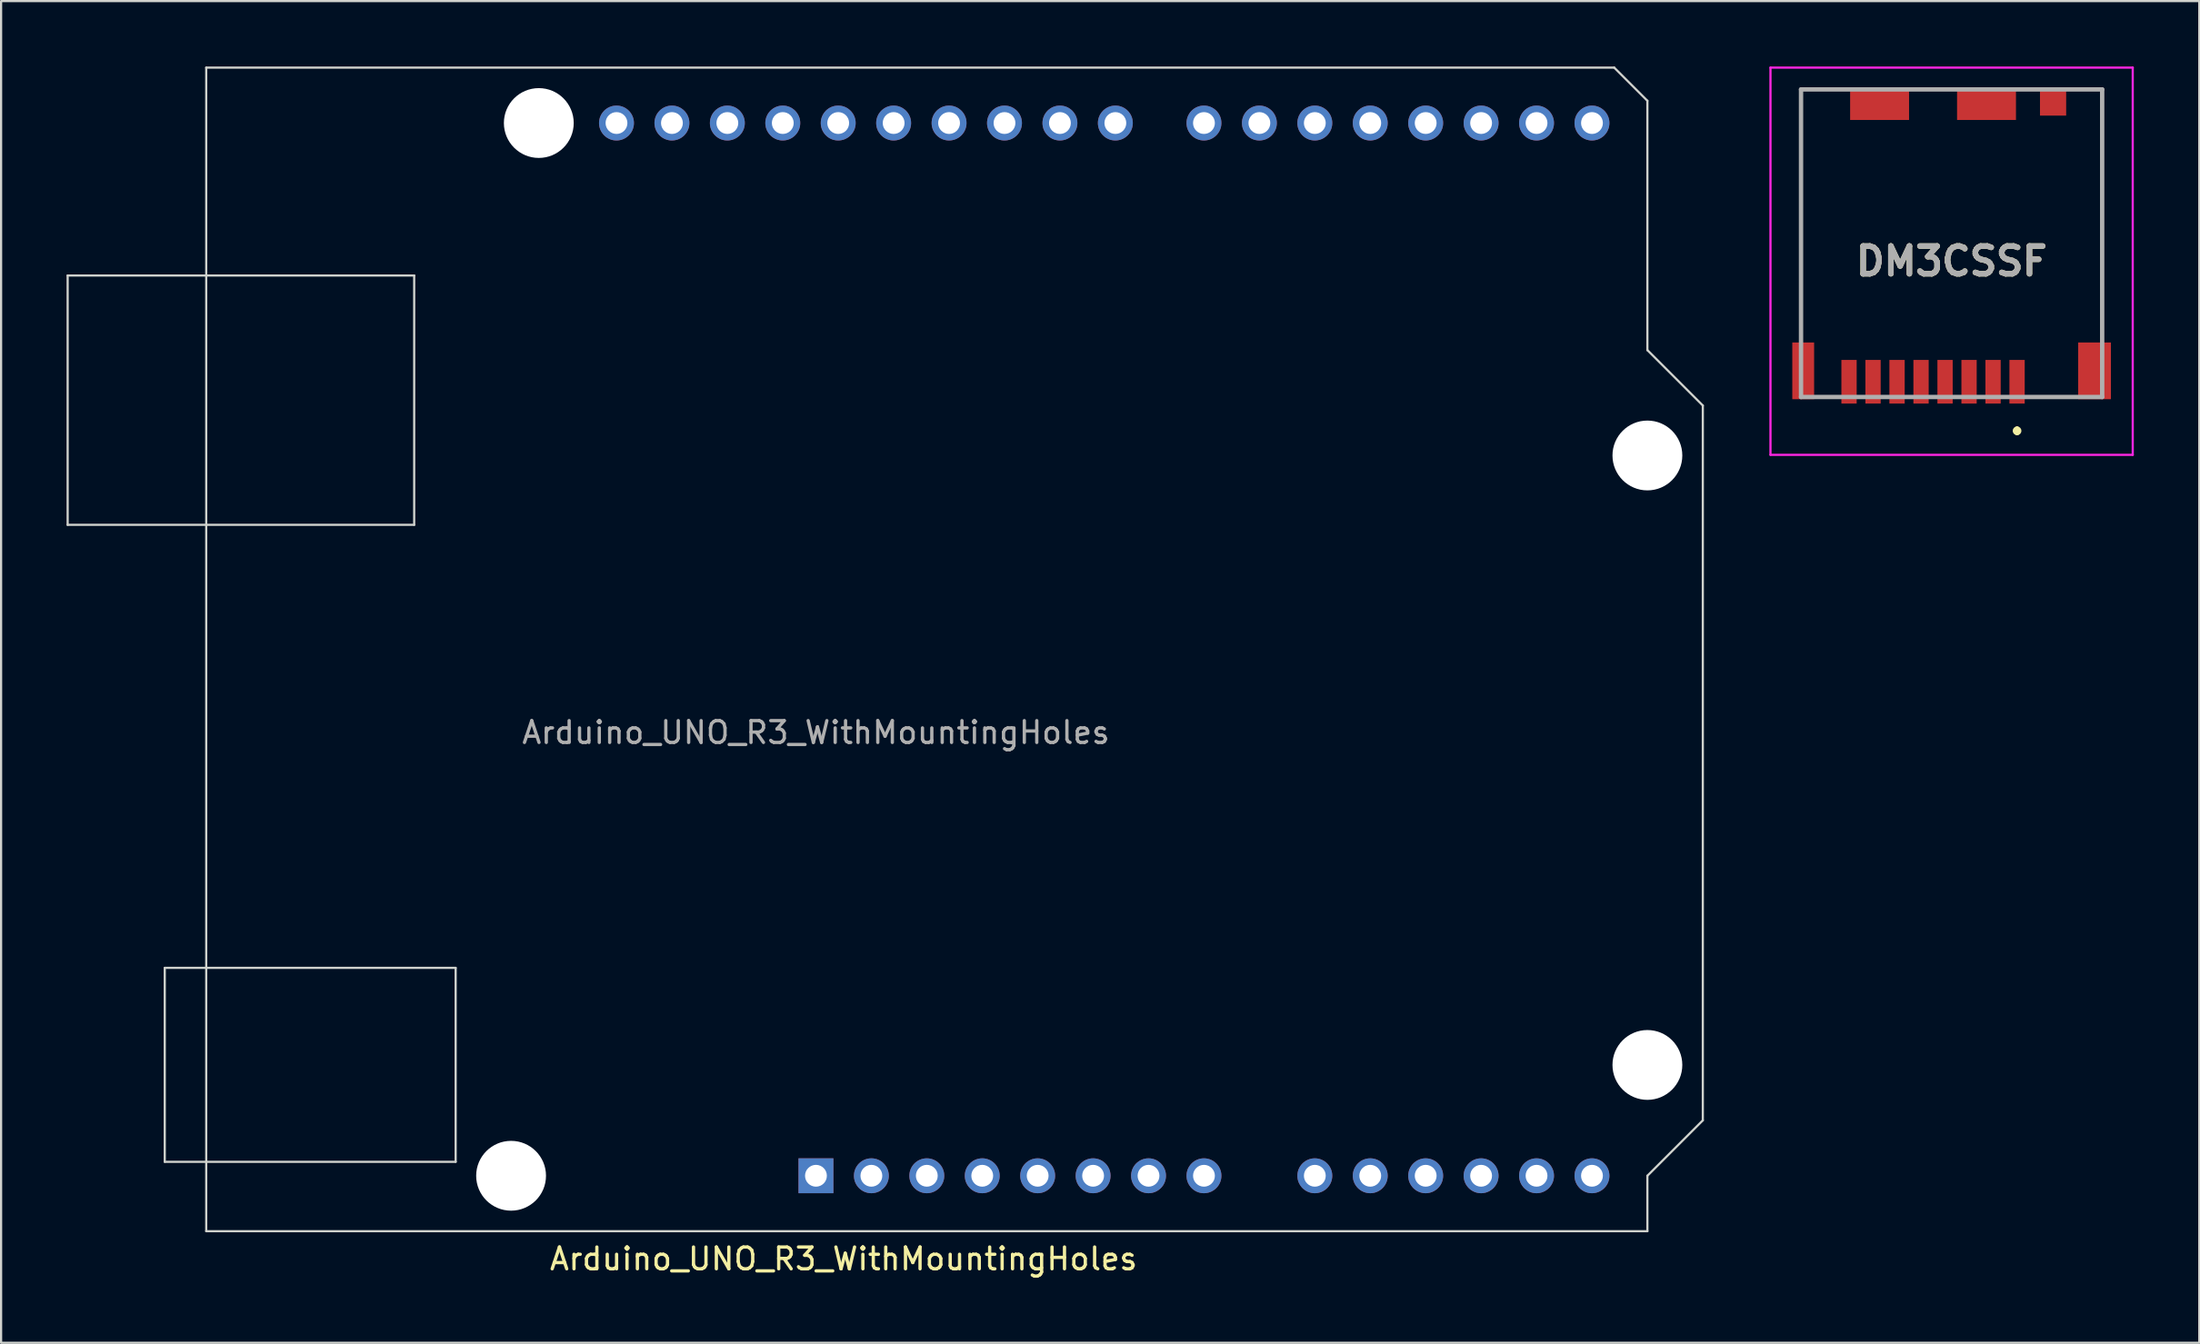
<source format=kicad_pcb>
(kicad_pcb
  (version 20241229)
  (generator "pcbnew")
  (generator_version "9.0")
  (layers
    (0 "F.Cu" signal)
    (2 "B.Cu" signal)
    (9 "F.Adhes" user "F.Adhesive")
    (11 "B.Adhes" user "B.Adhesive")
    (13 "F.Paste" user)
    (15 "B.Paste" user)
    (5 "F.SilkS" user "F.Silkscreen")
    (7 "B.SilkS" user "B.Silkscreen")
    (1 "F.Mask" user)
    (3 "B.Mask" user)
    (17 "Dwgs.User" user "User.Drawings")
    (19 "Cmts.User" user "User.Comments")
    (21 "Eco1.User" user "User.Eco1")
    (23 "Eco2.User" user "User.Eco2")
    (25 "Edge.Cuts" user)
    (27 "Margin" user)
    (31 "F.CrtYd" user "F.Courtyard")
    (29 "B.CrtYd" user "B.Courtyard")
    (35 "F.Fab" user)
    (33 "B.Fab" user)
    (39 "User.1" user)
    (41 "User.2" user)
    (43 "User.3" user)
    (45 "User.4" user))
  (footprint "DM3CSSF"
    (layer "F.Cu")
    (at 86.38 8.1)
    (property "Reference" "DM3CSSF" (at 0 0.825 0) (layer "F.SilkS") (effects (font (size 1.27 1.27) (thickness 0.254))))
    (attr smd)
    (fp_line (start -6.9 -7.05) (end -6.9 4.224) (stroke (width 0.1) (type solid)) (layer "F.SilkS"))
    (fp_line (start 3 8.5) (end 3 8.5) (stroke (width 0.2) (type solid)) (layer "F.SilkS"))
    (fp_line (start 3 8.7) (end 3 8.7) (stroke (width 0.2) (type solid)) (layer "F.SilkS"))
    (fp_line (start 6.9 -7.05) (end 6.9 4.25) (stroke (width 0.1) (type solid)) (layer "F.SilkS"))
    (fp_arc (start 3 8.5) (mid 3.1 8.6) (end 3 8.7) (stroke (width 0.2) (type solid)) (layer "F.SilkS"))
    (fp_arc (start 3 8.7) (mid 2.9 8.6) (end 3 8.5) (stroke (width 0.2) (type solid)) (layer "F.SilkS"))
    (fp_line (start -8.3 -8.05) (end 8.3 -8.05) (stroke (width 0.1) (type solid)) (layer "F.CrtYd"))
    (fp_line (start -8.3 9.7) (end -8.3 -8.05) (stroke (width 0.1) (type solid)) (layer "F.CrtYd"))
    (fp_line (start 8.3 -8.05) (end 8.3 9.7) (stroke (width 0.1) (type solid)) (layer "F.CrtYd"))
    (fp_line (start 8.3 9.7) (end -8.3 9.7) (stroke (width 0.1) (type solid)) (layer "F.CrtYd"))
    (fp_line (start -6.9 -7.05) (end 6.9 -7.05) (stroke (width 0.2) (type solid)) (layer "F.Fab"))
    (fp_line (start -6.9 7.05) (end -6.9 -7.05) (stroke (width 0.2) (type solid)) (layer "F.Fab"))
    (fp_line (start 6.9 -7.05) (end 6.9 7.05) (stroke (width 0.2) (type solid)) (layer "F.Fab"))
    (fp_line (start 6.9 7.05) (end -6.9 7.05) (stroke (width 0.2) (type solid)) (layer "F.Fab"))
    (fp_text user "${REFERENCE}" (at 0 0.825 0) (layer "F.Fab") (effects (font (size 1.27 1.27) (thickness 0.254))))
    (pad "1" smd rect (at 3 6.35) (size 0.7 2) (layers "F.Cu" "F.Mask" "F.Paste"))
    (pad "2" smd rect (at 1.9 6.35) (size 0.7 2) (layers "F.Cu" "F.Mask" "F.Paste"))
    (pad "3" smd rect (at 0.8 6.35) (size 0.7 2) (layers "F.Cu" "F.Mask" "F.Paste"))
    (pad "4" smd rect (at -0.3 6.35) (size 0.7 2) (layers "F.Cu" "F.Mask" "F.Paste"))
    (pad "5" smd rect (at -1.4 6.35) (size 0.7 2) (layers "F.Cu" "F.Mask" "F.Paste"))
    (pad "6" smd rect (at -2.5 6.35) (size 0.7 2) (layers "F.Cu" "F.Mask" "F.Paste"))
    (pad "7" smd rect (at -3.6 6.35) (size 0.7 2) (layers "F.Cu" "F.Mask" "F.Paste"))
    (pad "8" smd rect (at -4.7 6.35) (size 0.7 2) (layers "F.Cu" "F.Mask" "F.Paste"))
    (pad "9" smd rect (at 1.6 -6.35 90) (size 1.4 2.7) (layers "F.Cu" "F.Mask" "F.Paste"))
    (pad "10" smd rect (at -3.3 -6.35 90) (size 1.4 2.7) (layers "F.Cu" "F.Mask" "F.Paste"))
    (pad "11" smd rect (at -6.8 5.85) (size 1 2.6) (layers "F.Cu" "F.Mask" "F.Paste"))
    (pad "11" smd rect (at 4.65 -6.45 90) (size 1.2 1.2) (layers "F.Cu" "F.Mask" "F.Paste"))
    (pad "11" smd rect (at 6.55 5.85) (size 1.5 2.6) (layers "F.Cu" "F.Mask" "F.Paste")))
  (footprint "Arduino_UNO_R3_WithMountingHoles"
    (layer "F.Cu")
    (at 34.34 2.59)
    (property "Reference" "Arduino_UNO_R3_WithMountingHoles" (at 1.27 52.07 0) (layer "F.SilkS") (effects (font (size 1 1) (thickness 0.15))))
    (attr through_hole)
    (fp_line (start -34.29 6.99) (end -34.29 18.42) (stroke (width 0.1) (type solid)) (layer "Edge.Cuts"))
    (fp_line (start -34.29 18.42) (end -18.41 18.42) (stroke (width 0.1) (type solid)) (layer "Edge.Cuts"))
    (fp_line (start -29.84 38.73) (end -29.84 47.62) (stroke (width 0.1) (type solid)) (layer "Edge.Cuts"))
    (fp_line (start -29.84 47.62) (end -16.51 47.62) (stroke (width 0.1) (type solid)) (layer "Edge.Cuts"))
    (fp_line (start -27.94 -2.54) (end -27.94 50.8) (stroke (width 0.1) (type solid)) (layer "Edge.Cuts"))
    (fp_line (start -27.94 50.8) (end 38.1 50.8) (stroke (width 0.1) (type solid)) (layer "Edge.Cuts"))
    (fp_line (start -18.41 6.99) (end -34.29 6.99) (stroke (width 0.1) (type solid)) (layer "Edge.Cuts"))
    (fp_line (start -18.41 18.42) (end -18.41 6.99) (stroke (width 0.1) (type solid)) (layer "Edge.Cuts"))
    (fp_line (start -16.51 38.73) (end -29.84 38.73) (stroke (width 0.1) (type solid)) (layer "Edge.Cuts"))
    (fp_line (start -16.51 47.62) (end -16.51 38.73) (stroke (width 0.1) (type solid)) (layer "Edge.Cuts"))
    (fp_line (start 36.58 -2.54) (end -27.94 -2.54) (stroke (width 0.1) (type solid)) (layer "Edge.Cuts"))
    (fp_line (start 38.1 -1.02) (end 36.58 -2.54) (stroke (width 0.1) (type solid)) (layer "Edge.Cuts"))
    (fp_line (start 38.1 10.41) (end 38.1 -1.02) (stroke (width 0.1) (type solid)) (layer "Edge.Cuts"))
    (fp_line (start 38.1 48.26) (end 40.64 45.72) (stroke (width 0.1) (type solid)) (layer "Edge.Cuts"))
    (fp_line (start 38.1 50.8) (end 38.1 48.26) (stroke (width 0.1) (type solid)) (layer "Edge.Cuts"))
    (fp_line (start 40.64 12.95) (end 38.1 10.41) (stroke (width 0.1) (type solid)) (layer "Edge.Cuts"))
    (fp_line (start 40.64 45.72) (end 40.64 12.95) (stroke (width 0.1) (type solid)) (layer "Edge.Cuts"))
    (fp_text user "${REFERENCE}" (at 0 27.94 0) (layer "F.Fab") (effects (font (size 1 1) (thickness 0.15))))
    (pad "" np_thru_hole circle (at -13.97 48.26 90) (size 3.2 3.2) (drill 3.2) (layers "*.Cu" "*.Mask"))
    (pad "" np_thru_hole circle (at -12.7 0 90) (size 3.2 3.2) (drill 3.2) (layers "*.Cu" "*.Mask"))
    (pad "" thru_hole rect (at 0 48.26 90) (size 1.6 1.6) (drill 1) (layers "*.Cu" "*.Mask"))
    (pad "" np_thru_hole circle (at 38.1 15.24 90) (size 3.2 3.2) (drill 3.2) (layers "*.Cu" "*.Mask"))
    (pad "" np_thru_hole circle (at 38.1 43.18 90) (size 3.2 3.2) (drill 3.2) (layers "*.Cu" "*.Mask"))
    (pad "3V3" thru_hole oval (at 7.62 48.26 90) (size 1.6 1.6) (drill 1) (layers "*.Cu" "*.Mask"))
    (pad "5V1" thru_hole oval (at 10.16 48.26 90) (size 1.6 1.6) (drill 1) (layers "*.Cu" "*.Mask"))
    (pad "A0" thru_hole oval (at 22.86 48.26 90) (size 1.6 1.6) (drill 1) (layers "*.Cu" "*.Mask"))
    (pad "A1" thru_hole oval (at 25.4 48.26 90) (size 1.6 1.6) (drill 1) (layers "*.Cu" "*.Mask"))
    (pad "A2" thru_hole oval (at 27.94 48.26 90) (size 1.6 1.6) (drill 1) (layers "*.Cu" "*.Mask"))
    (pad "A3" thru_hole oval (at 30.48 48.26 90) (size 1.6 1.6) (drill 1) (layers "*.Cu" "*.Mask"))
    (pad "A4" thru_hole oval (at 33.02 48.26 90) (size 1.6 1.6) (drill 1) (layers "*.Cu" "*.Mask"))
    (pad "A5" thru_hole oval (at 35.56 48.26 90) (size 1.6 1.6) (drill 1) (layers "*.Cu" "*.Mask"))
    (pad "AREF" thru_hole oval (at -4.06 0 90) (size 1.6 1.6) (drill 1) (layers "*.Cu" "*.Mask"))
    (pad "D0" thru_hole oval (at 35.56 0 90) (size 1.6 1.6) (drill 1) (layers "*.Cu" "*.Mask"))
    (pad "D1" thru_hole oval (at 33.02 0 90) (size 1.6 1.6) (drill 1) (layers "*.Cu" "*.Mask"))
    (pad "D2" thru_hole oval (at 30.48 0 90) (size 1.6 1.6) (drill 1) (layers "*.Cu" "*.Mask"))
    (pad "D3" thru_hole oval (at 27.94 0 90) (size 1.6 1.6) (drill 1) (layers "*.Cu" "*.Mask"))
    (pad "D4" thru_hole oval (at 25.4 0 90) (size 1.6 1.6) (drill 1) (layers "*.Cu" "*.Mask"))
    (pad "D5" thru_hole oval (at 22.86 0 90) (size 1.6 1.6) (drill 1) (layers "*.Cu" "*.Mask"))
    (pad "D6" thru_hole oval (at 20.32 0 90) (size 1.6 1.6) (drill 1) (layers "*.Cu" "*.Mask"))
    (pad "D7" thru_hole oval (at 17.78 0 90) (size 1.6 1.6) (drill 1) (layers "*.Cu" "*.Mask"))
    (pad "D8" thru_hole oval (at 13.72 0 90) (size 1.6 1.6) (drill 1) (layers "*.Cu" "*.Mask"))
    (pad "D9" thru_hole oval (at 11.18 0 90) (size 1.6 1.6) (drill 1) (layers "*.Cu" "*.Mask"))
    (pad "D10" thru_hole oval (at 8.64 0 90) (size 1.6 1.6) (drill 1) (layers "*.Cu" "*.Mask"))
    (pad "D11" thru_hole oval (at 6.1 0 90) (size 1.6 1.6) (drill 1) (layers "*.Cu" "*.Mask"))
    (pad "D12" thru_hole oval (at 3.56 0 90) (size 1.6 1.6) (drill 1) (layers "*.Cu" "*.Mask"))
    (pad "D13" thru_hole oval (at 1.02 0 90) (size 1.6 1.6) (drill 1) (layers "*.Cu" "*.Mask"))
    (pad "GND1" thru_hole oval (at 12.7 48.26 90) (size 1.6 1.6) (drill 1) (layers "*.Cu" "*.Mask"))
    (pad "GND2" thru_hole oval (at 15.24 48.26 90) (size 1.6 1.6) (drill 1) (layers "*.Cu" "*.Mask"))
    (pad "GND3" thru_hole oval (at -1.52 0 90) (size 1.6 1.6) (drill 1) (layers "*.Cu" "*.Mask"))
    (pad "IORF" thru_hole oval (at 2.54 48.26 90) (size 1.6 1.6) (drill 1) (layers "*.Cu" "*.Mask"))
    (pad "RST1" thru_hole oval (at 5.08 48.26 90) (size 1.6 1.6) (drill 1) (layers "*.Cu" "*.Mask"))
    (pad "SCL" thru_hole oval (at -9.14 0 90) (size 1.6 1.6) (drill 1) (layers "*.Cu" "*.Mask"))
    (pad "SDA" thru_hole oval (at -6.6 0 90) (size 1.6 1.6) (drill 1) (layers "*.Cu" "*.Mask"))
    (pad "VIN" thru_hole oval (at 17.78 48.26 90) (size 1.6 1.6) (drill 1) (layers "*.Cu" "*.Mask")))
  (gr_rect
    (start -3 -3)
    (end 97.73 58.508)
    (stroke (width 0.1) (type default))
    (fill no)
    (layer "Edge.Cuts")))
</source>
